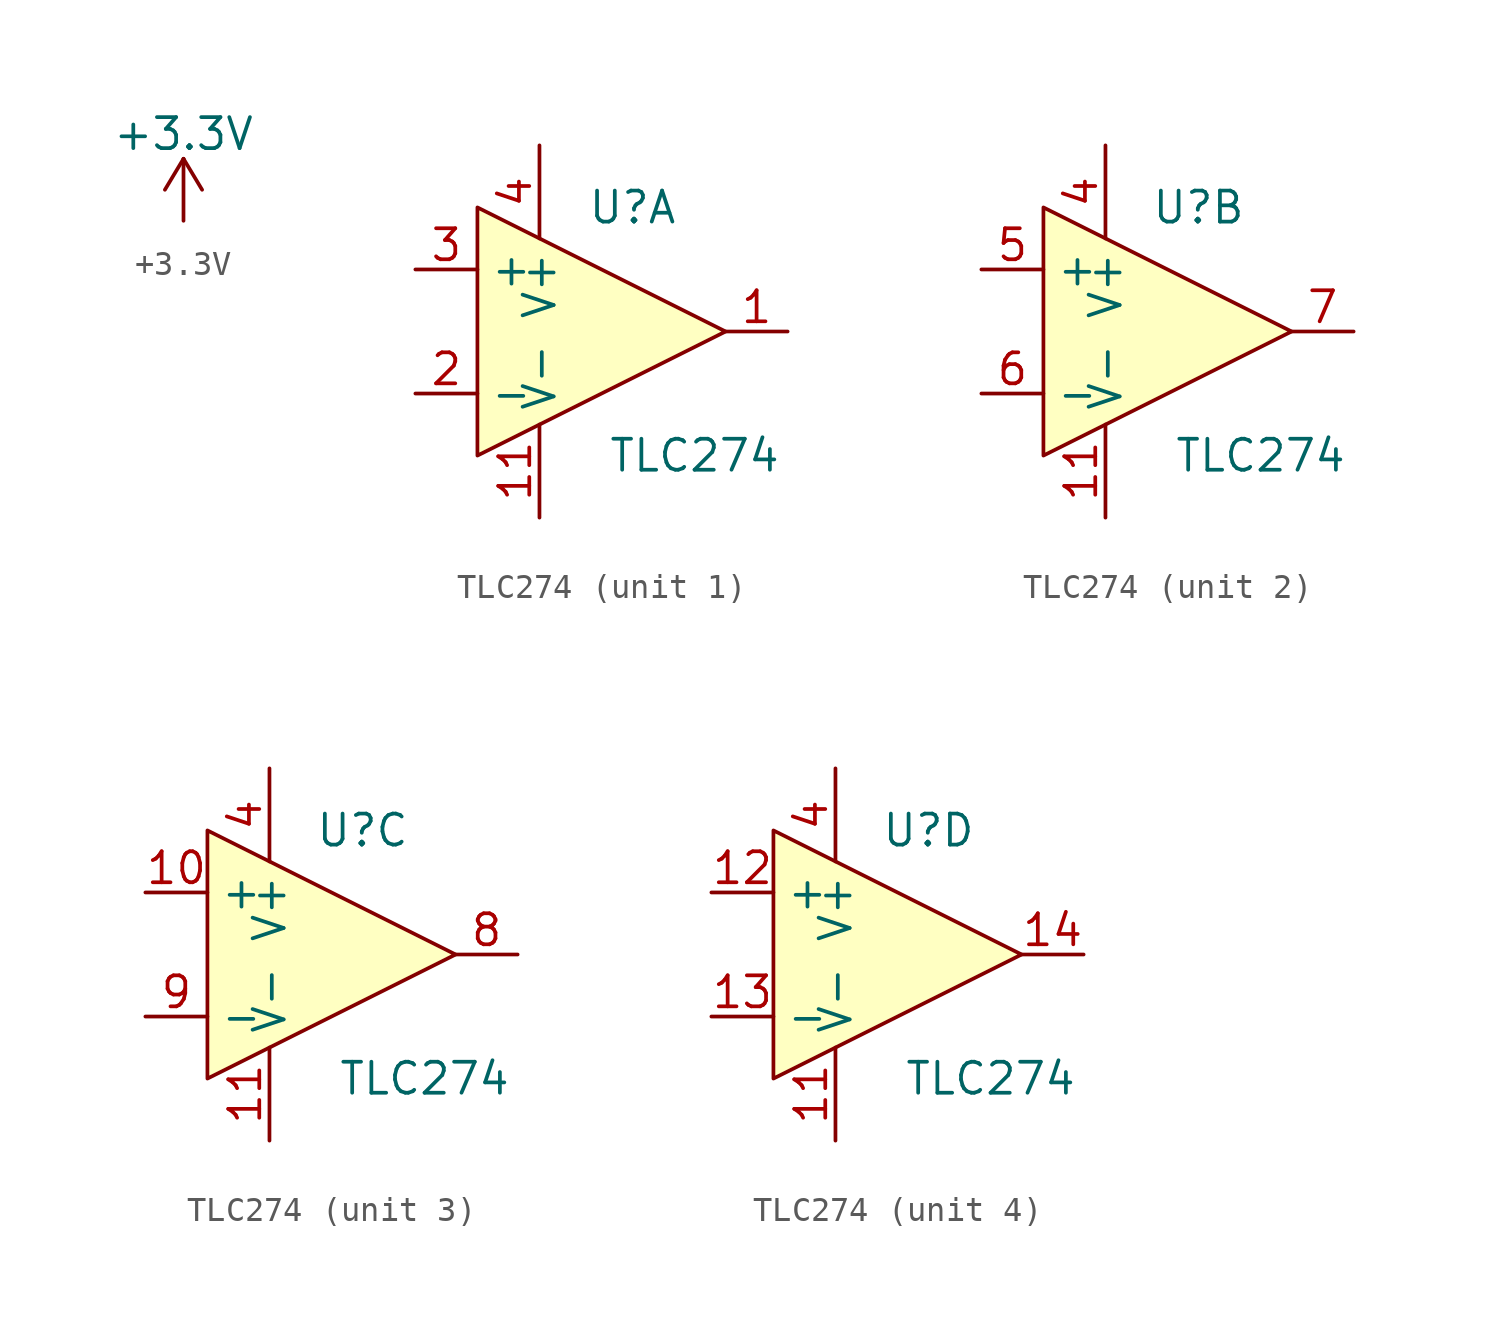
<source format=kicad_sym>
(kicad_symbol_lib
  (version 20211014)
  (generator kicad_symbol_editor)
  (symbol "+3.3V"
    (power)
    (pin_names
      (offset 0))
    (property "Reference" "#PWR"
      (at 0 -3.81 0)
      (effects (font (size 1.27 1.27)) hide))
    (property "Value" "+3.3V"
      (at 0 3.556 0)
      (effects (font (size 1.27 1.27))))
    (property "Footprint" ""
      (at 0 0 0)
      (effects (font (size 1.27 1.27))))
    (property "Datasheet" ""
      (at 0 0 0)
      (effects (font (size 1.27 1.27))))
    (symbol "+3.3V_0_1"
      (polyline (pts (xy -0.762 1.27) (xy 0 2.54)) (stroke (width 0) (type default) (color 0 0 0 0)) (fill (type none)))
      (polyline (pts (xy 0 0) (xy 0 2.54)) (stroke (width 0) (type default) (color 0 0 0 0)) (fill (type none)))
      (polyline (pts (xy 0 2.54) (xy 0.762 1.27)) (stroke (width 0) (type default) (color 0 0 0 0)) (fill (type none))))
    (symbol "+3.3V_1_1"
      (pin power_in line (at 0 0 90) (length 0) hide (name "+3V3" (effects (font (size 1.27 1.27)))) (number "1" (effects (font (size 1.27 1.27)))))))
  (symbol "TLC274"
    (property "Reference" "U"
      (at 1.27 5.08 0)
      (effects (font (size 1.27 1.27))))
    (property "Value" "TLC274"
      (at 3.81 -5.08 0)
      (effects (font (size 1.27 1.27))))
    (property "Footprint" ""
      (at -1.27 2.54 0)
      (effects (font (size 1.27 1.27))))
    (property "Datasheet" ""
      (at 1.27 5.08 0)
      (effects (font (size 1.27 1.27))))
    (symbol "TLC274_0_1"
      (polyline (pts (xy -5.08 5.08) (xy 5.08 0) (xy -5.08 -5.08) (xy -5.08 5.08)) (stroke (width 0.152) (type default) (color 0 0 0 0)) (fill (type background)))
      (pin power_in line (at -2.54 -7.62 90) (length 3.81) (name "V-" (effects (font (size 1.27 1.27)))) (number "11" (effects (font (size 1.27 1.27)))))
      (pin power_in line (at -2.54 7.62 270) (length 3.81) (name "V+" (effects (font (size 1.27 1.27)))) (number "4" (effects (font (size 1.27 1.27))))))
    (symbol "TLC274_1_1"
      (pin output line (at 7.62 0 180) (length 2.54) (name "~" (effects (font (size 1.27 1.27)))) (number "1" (effects (font (size 1.27 1.27)))))
      (pin input line (at -7.62 -2.54 0) (length 2.54) (name "-" (effects (font (size 1.27 1.27)))) (number "2" (effects (font (size 1.27 1.27)))))
      (pin input line (at -7.62 2.54 0) (length 2.54) (name "+" (effects (font (size 1.27 1.27)))) (number "3" (effects (font (size 1.27 1.27))))))
    (symbol "TLC274_2_1"
      (pin input line (at -7.62 2.54 0) (length 2.54) (name "+" (effects (font (size 1.27 1.27)))) (number "5" (effects (font (size 1.27 1.27)))))
      (pin input line (at -7.62 -2.54 0) (length 2.54) (name "-" (effects (font (size 1.27 1.27)))) (number "6" (effects (font (size 1.27 1.27)))))
      (pin output line (at 7.62 0 180) (length 2.54) (name "~" (effects (font (size 1.27 1.27)))) (number "7" (effects (font (size 1.27 1.27))))))
    (symbol "TLC274_3_1"
      (pin input line (at -7.62 2.54 0) (length 2.54) (name "+" (effects (font (size 1.27 1.27)))) (number "10" (effects (font (size 1.27 1.27)))))
      (pin output line (at 7.62 0 180) (length 2.54) (name "~" (effects (font (size 1.27 1.27)))) (number "8" (effects (font (size 1.27 1.27)))))
      (pin input line (at -7.62 -2.54 0) (length 2.54) (name "-" (effects (font (size 1.27 1.27)))) (number "9" (effects (font (size 1.27 1.27))))))
    (symbol "TLC274_4_1"
      (pin input line (at -7.62 2.54 0) (length 2.54) (name "+" (effects (font (size 1.27 1.27)))) (number "12" (effects (font (size 1.27 1.27)))))
      (pin input line (at -7.62 -2.54 0) (length 2.54) (name "-" (effects (font (size 1.27 1.27)))) (number "13" (effects (font (size 1.27 1.27)))))
      (pin output line (at 7.62 0 180) (length 2.54) (name "~" (effects (font (size 1.27 1.27)))) (number "14" (effects (font (size 1.27 1.27))))))))
</source>
